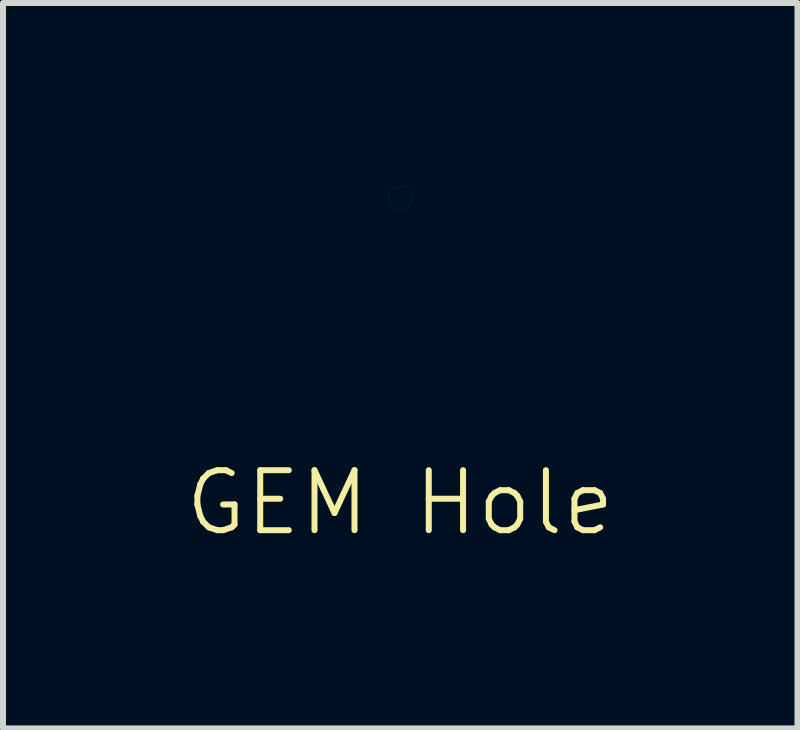
<source format=kicad_pcb>
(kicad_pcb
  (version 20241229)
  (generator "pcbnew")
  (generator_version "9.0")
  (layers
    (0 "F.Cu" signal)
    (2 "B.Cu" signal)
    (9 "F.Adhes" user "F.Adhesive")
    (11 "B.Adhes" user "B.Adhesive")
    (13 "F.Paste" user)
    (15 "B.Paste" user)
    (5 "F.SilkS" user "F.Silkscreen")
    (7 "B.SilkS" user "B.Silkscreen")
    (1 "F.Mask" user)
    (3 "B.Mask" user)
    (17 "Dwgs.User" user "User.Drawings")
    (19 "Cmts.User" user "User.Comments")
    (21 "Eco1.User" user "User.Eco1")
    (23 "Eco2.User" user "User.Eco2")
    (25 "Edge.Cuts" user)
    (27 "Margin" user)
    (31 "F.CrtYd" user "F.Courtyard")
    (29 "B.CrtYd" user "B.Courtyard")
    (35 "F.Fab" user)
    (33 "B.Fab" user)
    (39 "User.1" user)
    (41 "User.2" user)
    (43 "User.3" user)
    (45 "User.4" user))
  (footprint "GEM Hole"
    (layer "F.Cu")
    (at 3.621 0.25)
    (property "Reference" "GEM Hole" (at 0 5.08 0) (unlocked yes) (layer "F.SilkS") (effects (font (size 1 1) (thickness 0.1))))
    (fp_circle (center 0 0) (end 0.2 0) (stroke (width 0.001) (type default)) (fill no) (layer "Edge.Cuts")))
  (gr_rect
    (start -3 -3)
    (end 10.243 9.091)
    (stroke (width 0.1) (type default))
    (fill no)
    (layer "Edge.Cuts")))
</source>
